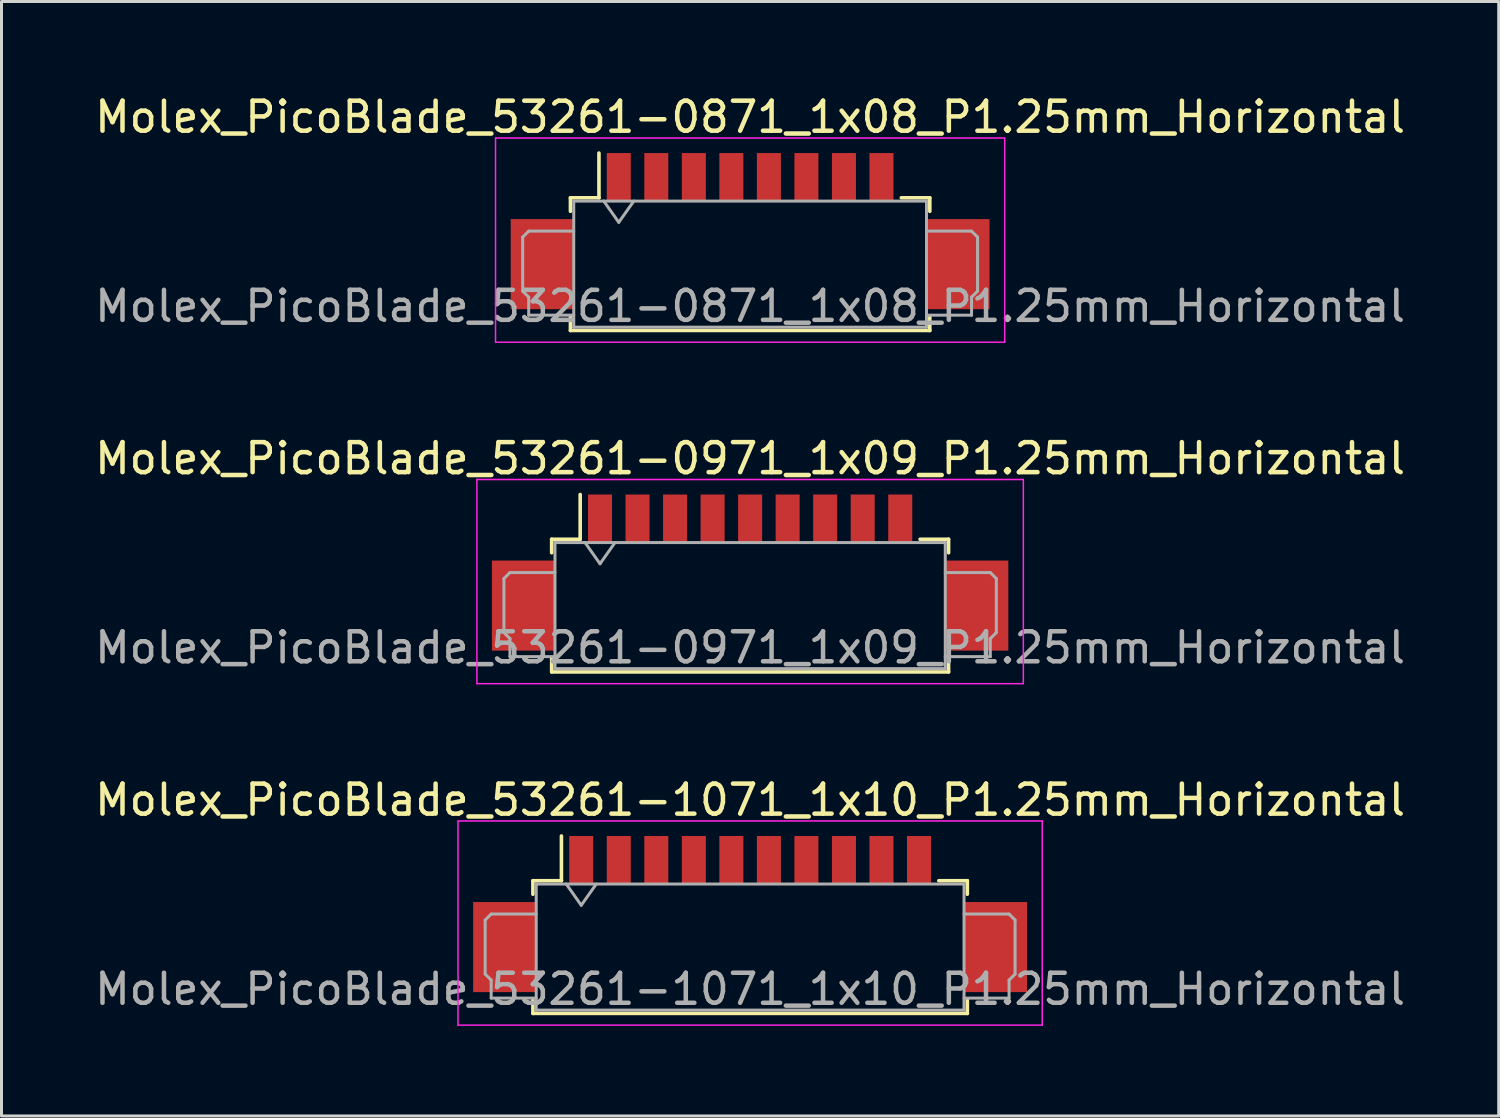
<source format=kicad_pcb>
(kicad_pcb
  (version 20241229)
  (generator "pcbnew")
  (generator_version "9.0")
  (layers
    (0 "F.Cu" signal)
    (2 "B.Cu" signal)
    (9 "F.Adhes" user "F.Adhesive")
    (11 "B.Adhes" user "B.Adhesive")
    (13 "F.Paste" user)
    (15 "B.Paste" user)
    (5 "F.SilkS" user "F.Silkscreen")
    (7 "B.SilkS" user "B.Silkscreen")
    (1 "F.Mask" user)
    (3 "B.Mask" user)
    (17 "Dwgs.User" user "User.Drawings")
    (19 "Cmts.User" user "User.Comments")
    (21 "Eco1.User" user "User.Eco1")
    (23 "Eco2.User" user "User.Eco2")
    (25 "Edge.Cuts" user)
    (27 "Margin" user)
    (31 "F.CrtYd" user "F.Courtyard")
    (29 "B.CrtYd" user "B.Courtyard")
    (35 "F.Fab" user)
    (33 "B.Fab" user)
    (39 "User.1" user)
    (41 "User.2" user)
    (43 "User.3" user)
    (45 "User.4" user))
  (footprint "Molex_PicoBlade_53261-0871_1x08_P1.25mm_Horizontal"
    (layer "F.Cu")
    (at 21.935 5.648)
    (property "Reference" "Molex_PicoBlade_53261-0871_1x08_P1.25mm_Horizontal" (at 0 -4.8 0) (layer "F.SilkS") (effects (font (size 1 1) (thickness 0.15))))
    (attr smd)
    (fp_line (start -5.985 -2.11) (end -5.035 -2.11) (stroke (width 0.12) (type solid)) (layer "F.SilkS"))
    (fp_line (start -5.985 -1.66) (end -5.985 -2.11) (stroke (width 0.12) (type solid)) (layer "F.SilkS"))
    (fp_line (start -5.985 1.86) (end -5.985 2.31) (stroke (width 0.12) (type solid)) (layer "F.SilkS"))
    (fp_line (start -5.985 2.31) (end 5.985 2.31) (stroke (width 0.12) (type solid)) (layer "F.SilkS"))
    (fp_line (start -5.035 -2.11) (end -5.035 -3.6) (stroke (width 0.12) (type solid)) (layer "F.SilkS"))
    (fp_line (start 5.985 -2.11) (end 5.035 -2.11) (stroke (width 0.12) (type solid)) (layer "F.SilkS"))
    (fp_line (start 5.985 -1.66) (end 5.985 -2.11) (stroke (width 0.12) (type solid)) (layer "F.SilkS"))
    (fp_line (start 5.985 2.31) (end 5.985 1.86) (stroke (width 0.12) (type solid)) (layer "F.SilkS"))
    (fp_line (start -8.48 -4.1) (end -8.48 2.7) (stroke (width 0.05) (type solid)) (layer "F.CrtYd"))
    (fp_line (start -8.48 2.7) (end 8.48 2.7) (stroke (width 0.05) (type solid)) (layer "F.CrtYd"))
    (fp_line (start 8.48 -4.1) (end -8.48 -4.1) (stroke (width 0.05) (type solid)) (layer "F.CrtYd"))
    (fp_line (start 8.48 2.7) (end 8.48 -4.1) (stroke (width 0.05) (type solid)) (layer "F.CrtYd"))
    (fp_line (start -7.575 -0.8) (end -7.575 1) (stroke (width 0.1) (type solid)) (layer "F.Fab"))
    (fp_line (start -7.575 1) (end -7.375 1.2) (stroke (width 0.1) (type solid)) (layer "F.Fab"))
    (fp_line (start -7.375 -1) (end -7.575 -0.8) (stroke (width 0.1) (type solid)) (layer "F.Fab"))
    (fp_line (start -7.375 1.2) (end -7.375 1.8) (stroke (width 0.1) (type solid)) (layer "F.Fab"))
    (fp_line (start -7.375 1.8) (end -5.875 1.8) (stroke (width 0.1) (type solid)) (layer "F.Fab"))
    (fp_line (start -5.875 -2) (end -5.875 2.2) (stroke (width 0.1) (type solid)) (layer "F.Fab"))
    (fp_line (start -5.875 -2) (end 5.875 -2) (stroke (width 0.1) (type solid)) (layer "F.Fab"))
    (fp_line (start -5.875 -1) (end -7.375 -1) (stroke (width 0.1) (type solid)) (layer "F.Fab"))
    (fp_line (start -5.875 2.2) (end 5.875 2.2) (stroke (width 0.1) (type solid)) (layer "F.Fab"))
    (fp_line (start -4.875 -2) (end -4.375 -1.293) (stroke (width 0.1) (type solid)) (layer "F.Fab"))
    (fp_line (start -4.375 -1.293) (end -3.875 -2) (stroke (width 0.1) (type solid)) (layer "F.Fab"))
    (fp_line (start 5.875 -2) (end 5.875 2.2) (stroke (width 0.1) (type solid)) (layer "F.Fab"))
    (fp_line (start 5.875 -1) (end 7.375 -1) (stroke (width 0.1) (type solid)) (layer "F.Fab"))
    (fp_line (start 7.375 -1) (end 7.575 -0.8) (stroke (width 0.1) (type solid)) (layer "F.Fab"))
    (fp_line (start 7.375 1.2) (end 7.375 1.8) (stroke (width 0.1) (type solid)) (layer "F.Fab"))
    (fp_line (start 7.375 1.8) (end 5.875 1.8) (stroke (width 0.1) (type solid)) (layer "F.Fab"))
    (fp_line (start 7.575 -0.8) (end 7.575 1) (stroke (width 0.1) (type solid)) (layer "F.Fab"))
    (fp_line (start 7.575 1) (end 7.375 1.2) (stroke (width 0.1) (type solid)) (layer "F.Fab"))
    (fp_text user "${REFERENCE}" (at 0 1.5 0) (layer "F.Fab") (effects (font (size 1 1) (thickness 0.15))))
    (pad "" smd rect (at -6.925 0.1) (size 2.1 3) (layers "F.Cu" "F.Mask" "F.Paste"))
    (pad "" smd rect (at 6.925 0.1) (size 2.1 3) (layers "F.Cu" "F.Mask" "F.Paste"))
    (pad "1" smd rect (at -4.375 -2.8) (size 0.8 1.6) (layers "F.Cu" "F.Mask" "F.Paste"))
    (pad "2" smd rect (at -3.125 -2.8) (size 0.8 1.6) (layers "F.Cu" "F.Mask" "F.Paste"))
    (pad "3" smd rect (at -1.875 -2.8) (size 0.8 1.6) (layers "F.Cu" "F.Mask" "F.Paste"))
    (pad "4" smd rect (at -0.625 -2.8) (size 0.8 1.6) (layers "F.Cu" "F.Mask" "F.Paste"))
    (pad "5" smd rect (at 0.625 -2.8) (size 0.8 1.6) (layers "F.Cu" "F.Mask" "F.Paste"))
    (pad "6" smd rect (at 1.875 -2.8) (size 0.8 1.6) (layers "F.Cu" "F.Mask" "F.Paste"))
    (pad "7" smd rect (at 3.125 -2.8) (size 0.8 1.6) (layers "F.Cu" "F.Mask" "F.Paste"))
    (pad "8" smd rect (at 4.375 -2.8) (size 0.8 1.6) (layers "F.Cu" "F.Mask" "F.Paste")))
  (footprint "Molex_PicoBlade_53261-1071_1x10_P1.25mm_Horizontal"
    (layer "F.Cu")
    (at 21.935 27.395)
    (property "Reference" "Molex_PicoBlade_53261-1071_1x10_P1.25mm_Horizontal" (at 0 -3.8 0) (layer "F.SilkS") (effects (font (size 1 1) (thickness 0.15))))
    (attr smd)
    (fp_line (start -7.235 -1.11) (end -6.285 -1.11) (stroke (width 0.12) (type solid)) (layer "F.SilkS"))
    (fp_line (start -7.235 -0.66) (end -7.235 -1.11) (stroke (width 0.12) (type solid)) (layer "F.SilkS"))
    (fp_line (start -7.235 2.86) (end -7.235 3.31) (stroke (width 0.12) (type solid)) (layer "F.SilkS"))
    (fp_line (start -7.235 3.31) (end 7.235 3.31) (stroke (width 0.12) (type solid)) (layer "F.SilkS"))
    (fp_line (start -6.285 -1.11) (end -6.285 -2.6) (stroke (width 0.12) (type solid)) (layer "F.SilkS"))
    (fp_line (start 7.235 -1.11) (end 6.285 -1.11) (stroke (width 0.12) (type solid)) (layer "F.SilkS"))
    (fp_line (start 7.235 -0.66) (end 7.235 -1.11) (stroke (width 0.12) (type solid)) (layer "F.SilkS"))
    (fp_line (start 7.235 3.31) (end 7.235 2.86) (stroke (width 0.12) (type solid)) (layer "F.SilkS"))
    (fp_line (start -9.73 -3.1) (end -9.73 3.7) (stroke (width 0.05) (type solid)) (layer "F.CrtYd"))
    (fp_line (start -9.73 3.7) (end 9.73 3.7) (stroke (width 0.05) (type solid)) (layer "F.CrtYd"))
    (fp_line (start 9.73 -3.1) (end -9.73 -3.1) (stroke (width 0.05) (type solid)) (layer "F.CrtYd"))
    (fp_line (start 9.73 3.7) (end 9.73 -3.1) (stroke (width 0.05) (type solid)) (layer "F.CrtYd"))
    (fp_line (start -8.825 0.2) (end -8.825 2) (stroke (width 0.1) (type solid)) (layer "F.Fab"))
    (fp_line (start -8.825 2) (end -8.625 2.2) (stroke (width 0.1) (type solid)) (layer "F.Fab"))
    (fp_line (start -8.625 0) (end -8.825 0.2) (stroke (width 0.1) (type solid)) (layer "F.Fab"))
    (fp_line (start -8.625 2.2) (end -8.625 2.8) (stroke (width 0.1) (type solid)) (layer "F.Fab"))
    (fp_line (start -8.625 2.8) (end -7.125 2.8) (stroke (width 0.1) (type solid)) (layer "F.Fab"))
    (fp_line (start -7.125 -1) (end -7.125 3.2) (stroke (width 0.1) (type solid)) (layer "F.Fab"))
    (fp_line (start -7.125 -1) (end 7.125 -1) (stroke (width 0.1) (type solid)) (layer "F.Fab"))
    (fp_line (start -7.125 0) (end -8.625 0) (stroke (width 0.1) (type solid)) (layer "F.Fab"))
    (fp_line (start -7.125 3.2) (end 7.125 3.2) (stroke (width 0.1) (type solid)) (layer "F.Fab"))
    (fp_line (start -6.125 -1) (end -5.625 -0.293) (stroke (width 0.1) (type solid)) (layer "F.Fab"))
    (fp_line (start -5.625 -0.293) (end -5.125 -1) (stroke (width 0.1) (type solid)) (layer "F.Fab"))
    (fp_line (start 7.125 -1) (end 7.125 3.2) (stroke (width 0.1) (type solid)) (layer "F.Fab"))
    (fp_line (start 7.125 0) (end 8.625 0) (stroke (width 0.1) (type solid)) (layer "F.Fab"))
    (fp_line (start 8.625 0) (end 8.825 0.2) (stroke (width 0.1) (type solid)) (layer "F.Fab"))
    (fp_line (start 8.625 2.2) (end 8.625 2.8) (stroke (width 0.1) (type solid)) (layer "F.Fab"))
    (fp_line (start 8.625 2.8) (end 7.125 2.8) (stroke (width 0.1) (type solid)) (layer "F.Fab"))
    (fp_line (start 8.825 0.2) (end 8.825 2) (stroke (width 0.1) (type solid)) (layer "F.Fab"))
    (fp_line (start 8.825 2) (end 8.625 2.2) (stroke (width 0.1) (type solid)) (layer "F.Fab"))
    (fp_text user "${REFERENCE}" (at 0 2.5 0) (layer "F.Fab") (effects (font (size 1 1) (thickness 0.15))))
    (pad "" smd rect (at -8.175 1.1) (size 2.1 3) (layers "F.Cu" "F.Mask" "F.Paste"))
    (pad "" smd rect (at 8.175 1.1) (size 2.1 3) (layers "F.Cu" "F.Mask" "F.Paste"))
    (pad "1" smd rect (at -5.625 -1.8) (size 0.8 1.6) (layers "F.Cu" "F.Mask" "F.Paste"))
    (pad "2" smd rect (at -4.375 -1.8) (size 0.8 1.6) (layers "F.Cu" "F.Mask" "F.Paste"))
    (pad "3" smd rect (at -3.125 -1.8) (size 0.8 1.6) (layers "F.Cu" "F.Mask" "F.Paste"))
    (pad "4" smd rect (at -1.875 -1.8) (size 0.8 1.6) (layers "F.Cu" "F.Mask" "F.Paste"))
    (pad "5" smd rect (at -0.625 -1.8) (size 0.8 1.6) (layers "F.Cu" "F.Mask" "F.Paste"))
    (pad "6" smd rect (at 0.625 -1.8) (size 0.8 1.6) (layers "F.Cu" "F.Mask" "F.Paste"))
    (pad "7" smd rect (at 1.875 -1.8) (size 0.8 1.6) (layers "F.Cu" "F.Mask" "F.Paste"))
    (pad "8" smd rect (at 3.125 -1.8) (size 0.8 1.6) (layers "F.Cu" "F.Mask" "F.Paste"))
    (pad "9" smd rect (at 4.375 -1.8) (size 0.8 1.6) (layers "F.Cu" "F.Mask" "F.Paste"))
    (pad "10" smd rect (at 5.625 -1.8) (size 0.8 1.6) (layers "F.Cu" "F.Mask" "F.Paste")))
  (footprint "Molex_PicoBlade_53261-0971_1x09_P1.25mm_Horizontal"
    (layer "F.Cu")
    (at 21.935 16.021)
    (property "Reference" "Molex_PicoBlade_53261-0971_1x09_P1.25mm_Horizontal" (at 0 -3.8 0) (layer "F.SilkS") (effects (font (size 1 1) (thickness 0.15))))
    (attr smd)
    (fp_line (start -6.61 -1.11) (end -5.66 -1.11) (stroke (width 0.12) (type solid)) (layer "F.SilkS"))
    (fp_line (start -6.61 -0.66) (end -6.61 -1.11) (stroke (width 0.12) (type solid)) (layer "F.SilkS"))
    (fp_line (start -6.61 2.86) (end -6.61 3.31) (stroke (width 0.12) (type solid)) (layer "F.SilkS"))
    (fp_line (start -6.61 3.31) (end 6.61 3.31) (stroke (width 0.12) (type solid)) (layer "F.SilkS"))
    (fp_line (start -5.66 -1.11) (end -5.66 -2.6) (stroke (width 0.12) (type solid)) (layer "F.SilkS"))
    (fp_line (start 6.61 -1.11) (end 5.66 -1.11) (stroke (width 0.12) (type solid)) (layer "F.SilkS"))
    (fp_line (start 6.61 -0.66) (end 6.61 -1.11) (stroke (width 0.12) (type solid)) (layer "F.SilkS"))
    (fp_line (start 6.61 3.31) (end 6.61 2.86) (stroke (width 0.12) (type solid)) (layer "F.SilkS"))
    (fp_line (start -9.1 -3.1) (end -9.1 3.7) (stroke (width 0.05) (type solid)) (layer "F.CrtYd"))
    (fp_line (start -9.1 3.7) (end 9.1 3.7) (stroke (width 0.05) (type solid)) (layer "F.CrtYd"))
    (fp_line (start 9.1 -3.1) (end -9.1 -3.1) (stroke (width 0.05) (type solid)) (layer "F.CrtYd"))
    (fp_line (start 9.1 3.7) (end 9.1 -3.1) (stroke (width 0.05) (type solid)) (layer "F.CrtYd"))
    (fp_line (start -8.2 0.2) (end -8.2 2) (stroke (width 0.1) (type solid)) (layer "F.Fab"))
    (fp_line (start -8.2 2) (end -8 2.2) (stroke (width 0.1) (type solid)) (layer "F.Fab"))
    (fp_line (start -8 0) (end -8.2 0.2) (stroke (width 0.1) (type solid)) (layer "F.Fab"))
    (fp_line (start -8 2.2) (end -8 2.8) (stroke (width 0.1) (type solid)) (layer "F.Fab"))
    (fp_line (start -8 2.8) (end -6.5 2.8) (stroke (width 0.1) (type solid)) (layer "F.Fab"))
    (fp_line (start -6.5 -1) (end -6.5 3.2) (stroke (width 0.1) (type solid)) (layer "F.Fab"))
    (fp_line (start -6.5 -1) (end 6.5 -1) (stroke (width 0.1) (type solid)) (layer "F.Fab"))
    (fp_line (start -6.5 0) (end -8 0) (stroke (width 0.1) (type solid)) (layer "F.Fab"))
    (fp_line (start -6.5 3.2) (end 6.5 3.2) (stroke (width 0.1) (type solid)) (layer "F.Fab"))
    (fp_line (start -5.5 -1) (end -5 -0.293) (stroke (width 0.1) (type solid)) (layer "F.Fab"))
    (fp_line (start -5 -0.293) (end -4.5 -1) (stroke (width 0.1) (type solid)) (layer "F.Fab"))
    (fp_line (start 6.5 -1) (end 6.5 3.2) (stroke (width 0.1) (type solid)) (layer "F.Fab"))
    (fp_line (start 6.5 0) (end 8 0) (stroke (width 0.1) (type solid)) (layer "F.Fab"))
    (fp_line (start 8 0) (end 8.2 0.2) (stroke (width 0.1) (type solid)) (layer "F.Fab"))
    (fp_line (start 8 2.2) (end 8 2.8) (stroke (width 0.1) (type solid)) (layer "F.Fab"))
    (fp_line (start 8 2.8) (end 6.5 2.8) (stroke (width 0.1) (type solid)) (layer "F.Fab"))
    (fp_line (start 8.2 0.2) (end 8.2 2) (stroke (width 0.1) (type solid)) (layer "F.Fab"))
    (fp_line (start 8.2 2) (end 8 2.2) (stroke (width 0.1) (type solid)) (layer "F.Fab"))
    (fp_text user "${REFERENCE}" (at 0 2.5 0) (layer "F.Fab") (effects (font (size 1 1) (thickness 0.15))))
    (pad "" smd rect (at -7.55 1.1) (size 2.1 3) (layers "F.Cu" "F.Mask" "F.Paste"))
    (pad "" smd rect (at 7.55 1.1) (size 2.1 3) (layers "F.Cu" "F.Mask" "F.Paste"))
    (pad "1" smd rect (at -5 -1.8) (size 0.8 1.6) (layers "F.Cu" "F.Mask" "F.Paste"))
    (pad "2" smd rect (at -3.75 -1.8) (size 0.8 1.6) (layers "F.Cu" "F.Mask" "F.Paste"))
    (pad "3" smd rect (at -2.5 -1.8) (size 0.8 1.6) (layers "F.Cu" "F.Mask" "F.Paste"))
    (pad "4" smd rect (at -1.25 -1.8) (size 0.8 1.6) (layers "F.Cu" "F.Mask" "F.Paste"))
    (pad "5" smd rect (at 0 -1.8) (size 0.8 1.6) (layers "F.Cu" "F.Mask" "F.Paste"))
    (pad "6" smd rect (at 1.25 -1.8) (size 0.8 1.6) (layers "F.Cu" "F.Mask" "F.Paste"))
    (pad "7" smd rect (at 2.5 -1.8) (size 0.8 1.6) (layers "F.Cu" "F.Mask" "F.Paste"))
    (pad "8" smd rect (at 3.75 -1.8) (size 0.8 1.6) (layers "F.Cu" "F.Mask" "F.Paste"))
    (pad "9" smd rect (at 5 -1.8) (size 0.8 1.6) (layers "F.Cu" "F.Mask" "F.Paste")))
  (gr_rect
    (start -3 -3)
    (end 46.869 34.12)
    (stroke (width 0.1) (type default))
    (fill no)
    (layer "Edge.Cuts")))
</source>
